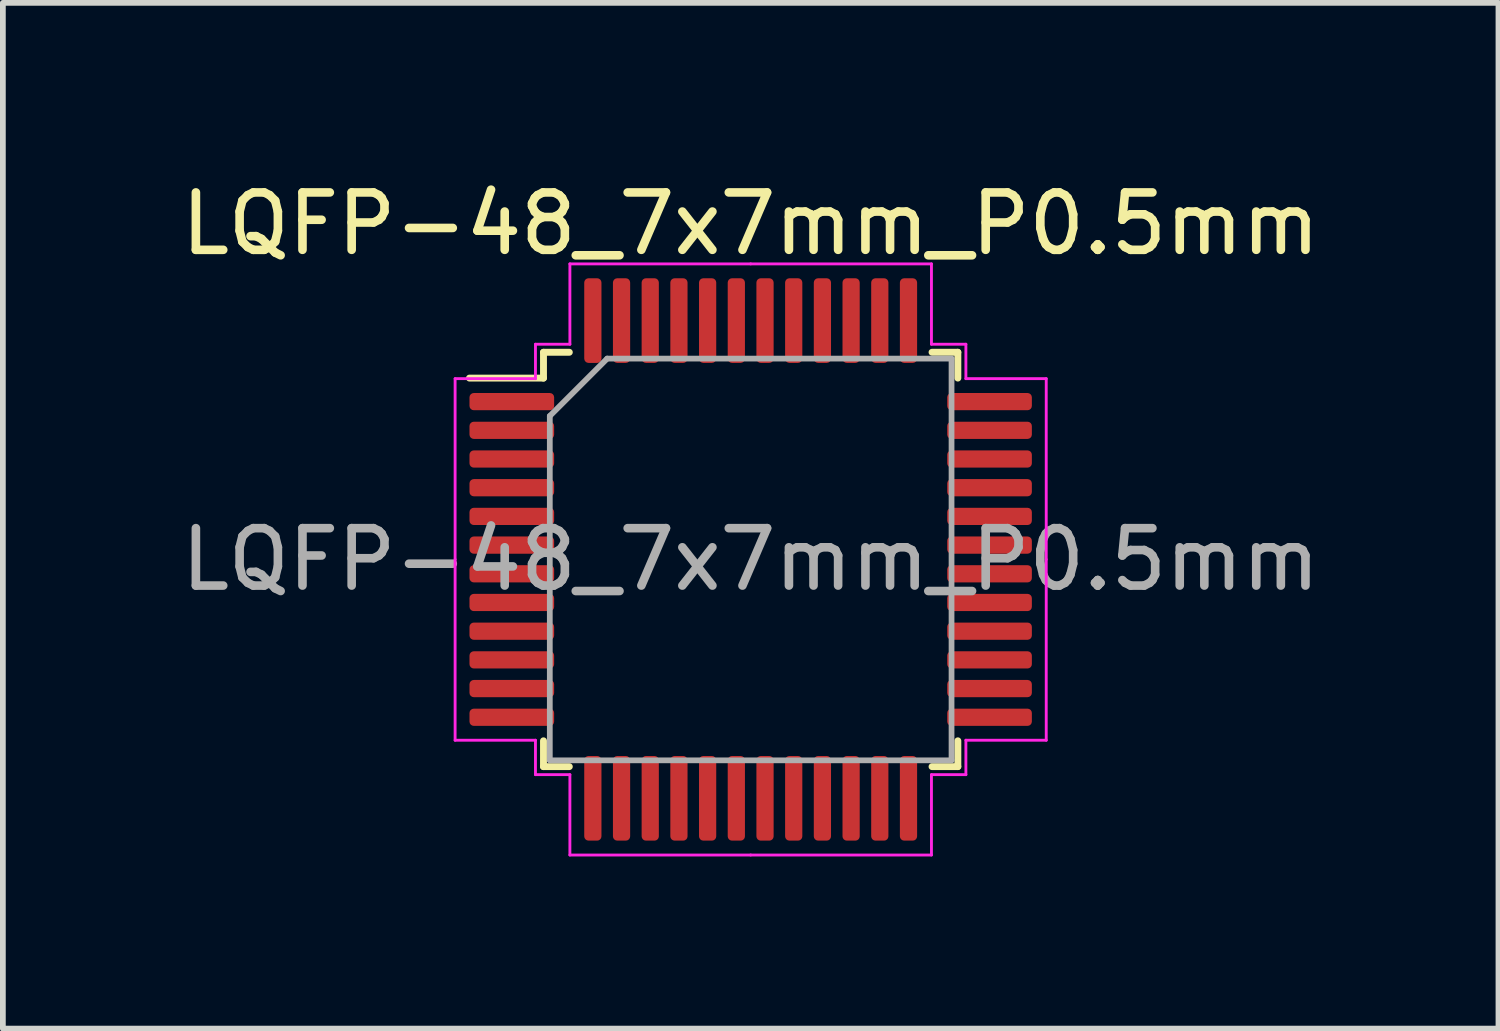
<source format=kicad_pcb>
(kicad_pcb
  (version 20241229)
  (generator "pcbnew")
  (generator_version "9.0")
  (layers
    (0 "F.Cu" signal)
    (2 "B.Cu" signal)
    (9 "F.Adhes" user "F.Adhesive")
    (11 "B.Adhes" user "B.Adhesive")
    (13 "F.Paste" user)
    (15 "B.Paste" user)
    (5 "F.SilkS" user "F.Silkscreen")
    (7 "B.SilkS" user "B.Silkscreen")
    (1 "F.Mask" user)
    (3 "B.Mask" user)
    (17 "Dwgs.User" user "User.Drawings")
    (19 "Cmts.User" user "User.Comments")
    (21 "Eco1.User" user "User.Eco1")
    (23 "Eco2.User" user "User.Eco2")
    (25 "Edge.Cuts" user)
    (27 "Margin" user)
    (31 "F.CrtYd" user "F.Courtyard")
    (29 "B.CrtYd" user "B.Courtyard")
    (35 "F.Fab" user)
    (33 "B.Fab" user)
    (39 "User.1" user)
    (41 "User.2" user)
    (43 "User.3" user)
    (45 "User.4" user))
  (footprint "LQFP-48_7x7mm_P0.5mm"
    (layer "F.Cu")
    (at 10.03 6.698)
    (property "Reference" "LQFP-48_7x7mm_P0.5mm" (at 0 -5.85 180) (layer "F.SilkS") (effects (font (size 1 1) (thickness 0.15))))
    (attr smd)
    (fp_line (start -3.61 -3.61) (end -3.61 -3.16) (stroke (width 0.12) (type solid)) (layer "F.SilkS"))
    (fp_line (start -3.61 -3.16) (end -4.9 -3.16) (stroke (width 0.12) (type solid)) (layer "F.SilkS"))
    (fp_line (start -3.61 3.61) (end -3.61 3.16) (stroke (width 0.12) (type solid)) (layer "F.SilkS"))
    (fp_line (start -3.16 -3.61) (end -3.61 -3.61) (stroke (width 0.12) (type solid)) (layer "F.SilkS"))
    (fp_line (start -3.16 3.61) (end -3.61 3.61) (stroke (width 0.12) (type solid)) (layer "F.SilkS"))
    (fp_line (start 3.16 -3.61) (end 3.61 -3.61) (stroke (width 0.12) (type solid)) (layer "F.SilkS"))
    (fp_line (start 3.16 3.61) (end 3.61 3.61) (stroke (width 0.12) (type solid)) (layer "F.SilkS"))
    (fp_line (start 3.61 -3.61) (end 3.61 -3.16) (stroke (width 0.12) (type solid)) (layer "F.SilkS"))
    (fp_line (start 3.61 3.61) (end 3.61 3.16) (stroke (width 0.12) (type solid)) (layer "F.SilkS"))
    (fp_line (start -5.15 -3.15) (end -5.15 0) (stroke (width 0.05) (type solid)) (layer "F.CrtYd"))
    (fp_line (start -5.15 3.15) (end -5.15 0) (stroke (width 0.05) (type solid)) (layer "F.CrtYd"))
    (fp_line (start -3.75 -3.75) (end -3.75 -3.15) (stroke (width 0.05) (type solid)) (layer "F.CrtYd"))
    (fp_line (start -3.75 -3.15) (end -5.15 -3.15) (stroke (width 0.05) (type solid)) (layer "F.CrtYd"))
    (fp_line (start -3.75 3.15) (end -5.15 3.15) (stroke (width 0.05) (type solid)) (layer "F.CrtYd"))
    (fp_line (start -3.75 3.75) (end -3.75 3.15) (stroke (width 0.05) (type solid)) (layer "F.CrtYd"))
    (fp_line (start -3.15 -5.15) (end -3.15 -3.75) (stroke (width 0.05) (type solid)) (layer "F.CrtYd"))
    (fp_line (start -3.15 -3.75) (end -3.75 -3.75) (stroke (width 0.05) (type solid)) (layer "F.CrtYd"))
    (fp_line (start -3.15 3.75) (end -3.75 3.75) (stroke (width 0.05) (type solid)) (layer "F.CrtYd"))
    (fp_line (start -3.15 5.15) (end -3.15 3.75) (stroke (width 0.05) (type solid)) (layer "F.CrtYd"))
    (fp_line (start 0 -5.15) (end -3.15 -5.15) (stroke (width 0.05) (type solid)) (layer "F.CrtYd"))
    (fp_line (start 0 -5.15) (end 3.15 -5.15) (stroke (width 0.05) (type solid)) (layer "F.CrtYd"))
    (fp_line (start 0 5.15) (end -3.15 5.15) (stroke (width 0.05) (type solid)) (layer "F.CrtYd"))
    (fp_line (start 0 5.15) (end 3.15 5.15) (stroke (width 0.05) (type solid)) (layer "F.CrtYd"))
    (fp_line (start 3.15 -5.15) (end 3.15 -3.75) (stroke (width 0.05) (type solid)) (layer "F.CrtYd"))
    (fp_line (start 3.15 -3.75) (end 3.75 -3.75) (stroke (width 0.05) (type solid)) (layer "F.CrtYd"))
    (fp_line (start 3.15 3.75) (end 3.75 3.75) (stroke (width 0.05) (type solid)) (layer "F.CrtYd"))
    (fp_line (start 3.15 5.15) (end 3.15 3.75) (stroke (width 0.05) (type solid)) (layer "F.CrtYd"))
    (fp_line (start 3.75 -3.75) (end 3.75 -3.15) (stroke (width 0.05) (type solid)) (layer "F.CrtYd"))
    (fp_line (start 3.75 -3.15) (end 5.15 -3.15) (stroke (width 0.05) (type solid)) (layer "F.CrtYd"))
    (fp_line (start 3.75 3.15) (end 5.15 3.15) (stroke (width 0.05) (type solid)) (layer "F.CrtYd"))
    (fp_line (start 3.75 3.75) (end 3.75 3.15) (stroke (width 0.05) (type solid)) (layer "F.CrtYd"))
    (fp_line (start 5.15 -3.15) (end 5.15 0) (stroke (width 0.05) (type solid)) (layer "F.CrtYd"))
    (fp_line (start 5.15 3.15) (end 5.15 0) (stroke (width 0.05) (type solid)) (layer "F.CrtYd"))
    (fp_line (start -3.5 -2.5) (end -2.5 -3.5) (stroke (width 0.1) (type solid)) (layer "F.Fab"))
    (fp_line (start -3.5 3.5) (end -3.5 -2.5) (stroke (width 0.1) (type solid)) (layer "F.Fab"))
    (fp_line (start -2.5 -3.5) (end 3.5 -3.5) (stroke (width 0.1) (type solid)) (layer "F.Fab"))
    (fp_line (start 3.5 -3.5) (end 3.5 3.5) (stroke (width 0.1) (type solid)) (layer "F.Fab"))
    (fp_line (start 3.5 3.5) (end -3.5 3.5) (stroke (width 0.1) (type solid)) (layer "F.Fab"))
    (fp_text user "${REFERENCE}" (at 0 0 180) (layer "F.Fab") (effects (font (size 1 1) (thickness 0.15))))
    (pad "1" smd roundrect (at -4.162 -2.75) (size 1.475 0.3) (layers "F.Cu" "F.Mask" "F.Paste") (roundrect_rratio 0.25))
    (pad "2" smd roundrect (at -4.162 -2.25) (size 1.475 0.3) (layers "F.Cu" "F.Mask" "F.Paste") (roundrect_rratio 0.25))
    (pad "3" smd roundrect (at -4.162 -1.75) (size 1.475 0.3) (layers "F.Cu" "F.Mask" "F.Paste") (roundrect_rratio 0.25))
    (pad "4" smd roundrect (at -4.162 -1.25) (size 1.475 0.3) (layers "F.Cu" "F.Mask" "F.Paste") (roundrect_rratio 0.25))
    (pad "5" smd roundrect (at -4.162 -0.75) (size 1.475 0.3) (layers "F.Cu" "F.Mask" "F.Paste") (roundrect_rratio 0.25))
    (pad "6" smd roundrect (at -4.162 -0.25) (size 1.475 0.3) (layers "F.Cu" "F.Mask" "F.Paste") (roundrect_rratio 0.25))
    (pad "7" smd roundrect (at -4.162 0.25) (size 1.475 0.3) (layers "F.Cu" "F.Mask" "F.Paste") (roundrect_rratio 0.25))
    (pad "8" smd roundrect (at -4.162 0.75) (size 1.475 0.3) (layers "F.Cu" "F.Mask" "F.Paste") (roundrect_rratio 0.25))
    (pad "9" smd roundrect (at -4.162 1.25) (size 1.475 0.3) (layers "F.Cu" "F.Mask" "F.Paste") (roundrect_rratio 0.25))
    (pad "10" smd roundrect (at -4.162 1.75) (size 1.475 0.3) (layers "F.Cu" "F.Mask" "F.Paste") (roundrect_rratio 0.25))
    (pad "11" smd roundrect (at -4.162 2.25) (size 1.475 0.3) (layers "F.Cu" "F.Mask" "F.Paste") (roundrect_rratio 0.25))
    (pad "12" smd roundrect (at -4.162 2.75) (size 1.475 0.3) (layers "F.Cu" "F.Mask" "F.Paste") (roundrect_rratio 0.25))
    (pad "13" smd roundrect (at -2.75 4.162) (size 0.3 1.475) (layers "F.Cu" "F.Mask" "F.Paste") (roundrect_rratio 0.25))
    (pad "14" smd roundrect (at -2.25 4.162) (size 0.3 1.475) (layers "F.Cu" "F.Mask" "F.Paste") (roundrect_rratio 0.25))
    (pad "15" smd roundrect (at -1.75 4.162) (size 0.3 1.475) (layers "F.Cu" "F.Mask" "F.Paste") (roundrect_rratio 0.25))
    (pad "16" smd roundrect (at -1.25 4.162) (size 0.3 1.475) (layers "F.Cu" "F.Mask" "F.Paste") (roundrect_rratio 0.25))
    (pad "17" smd roundrect (at -0.75 4.162) (size 0.3 1.475) (layers "F.Cu" "F.Mask" "F.Paste") (roundrect_rratio 0.25))
    (pad "18" smd roundrect (at -0.25 4.162) (size 0.3 1.475) (layers "F.Cu" "F.Mask" "F.Paste") (roundrect_rratio 0.25))
    (pad "19" smd roundrect (at 0.25 4.162) (size 0.3 1.475) (layers "F.Cu" "F.Mask" "F.Paste") (roundrect_rratio 0.25))
    (pad "20" smd roundrect (at 0.75 4.162) (size 0.3 1.475) (layers "F.Cu" "F.Mask" "F.Paste") (roundrect_rratio 0.25))
    (pad "21" smd roundrect (at 1.25 4.162) (size 0.3 1.475) (layers "F.Cu" "F.Mask" "F.Paste") (roundrect_rratio 0.25))
    (pad "22" smd roundrect (at 1.75 4.162) (size 0.3 1.475) (layers "F.Cu" "F.Mask" "F.Paste") (roundrect_rratio 0.25))
    (pad "23" smd roundrect (at 2.25 4.162) (size 0.3 1.475) (layers "F.Cu" "F.Mask" "F.Paste") (roundrect_rratio 0.25))
    (pad "24" smd roundrect (at 2.75 4.162) (size 0.3 1.475) (layers "F.Cu" "F.Mask" "F.Paste") (roundrect_rratio 0.25))
    (pad "25" smd roundrect (at 4.162 2.75) (size 1.475 0.3) (layers "F.Cu" "F.Mask" "F.Paste") (roundrect_rratio 0.25))
    (pad "26" smd roundrect (at 4.162 2.25) (size 1.475 0.3) (layers "F.Cu" "F.Mask" "F.Paste") (roundrect_rratio 0.25))
    (pad "27" smd roundrect (at 4.162 1.75) (size 1.475 0.3) (layers "F.Cu" "F.Mask" "F.Paste") (roundrect_rratio 0.25))
    (pad "28" smd roundrect (at 4.162 1.25) (size 1.475 0.3) (layers "F.Cu" "F.Mask" "F.Paste") (roundrect_rratio 0.25))
    (pad "29" smd roundrect (at 4.162 0.75) (size 1.475 0.3) (layers "F.Cu" "F.Mask" "F.Paste") (roundrect_rratio 0.25))
    (pad "30" smd roundrect (at 4.162 0.25) (size 1.475 0.3) (layers "F.Cu" "F.Mask" "F.Paste") (roundrect_rratio 0.25))
    (pad "31" smd roundrect (at 4.162 -0.25) (size 1.475 0.3) (layers "F.Cu" "F.Mask" "F.Paste") (roundrect_rratio 0.25))
    (pad "32" smd roundrect (at 4.162 -0.75) (size 1.475 0.3) (layers "F.Cu" "F.Mask" "F.Paste") (roundrect_rratio 0.25))
    (pad "33" smd roundrect (at 4.162 -1.25) (size 1.475 0.3) (layers "F.Cu" "F.Mask" "F.Paste") (roundrect_rratio 0.25))
    (pad "34" smd roundrect (at 4.162 -1.75) (size 1.475 0.3) (layers "F.Cu" "F.Mask" "F.Paste") (roundrect_rratio 0.25))
    (pad "35" smd roundrect (at 4.162 -2.25) (size 1.475 0.3) (layers "F.Cu" "F.Mask" "F.Paste") (roundrect_rratio 0.25))
    (pad "36" smd roundrect (at 4.162 -2.75) (size 1.475 0.3) (layers "F.Cu" "F.Mask" "F.Paste") (roundrect_rratio 0.25))
    (pad "37" smd roundrect (at 2.75 -4.162) (size 0.3 1.475) (layers "F.Cu" "F.Mask" "F.Paste") (roundrect_rratio 0.25))
    (pad "38" smd roundrect (at 2.25 -4.162) (size 0.3 1.475) (layers "F.Cu" "F.Mask" "F.Paste") (roundrect_rratio 0.25))
    (pad "39" smd roundrect (at 1.75 -4.162) (size 0.3 1.475) (layers "F.Cu" "F.Mask" "F.Paste") (roundrect_rratio 0.25))
    (pad "40" smd roundrect (at 1.25 -4.162) (size 0.3 1.475) (layers "F.Cu" "F.Mask" "F.Paste") (roundrect_rratio 0.25))
    (pad "41" smd roundrect (at 0.75 -4.162) (size 0.3 1.475) (layers "F.Cu" "F.Mask" "F.Paste") (roundrect_rratio 0.25))
    (pad "42" smd roundrect (at 0.25 -4.162) (size 0.3 1.475) (layers "F.Cu" "F.Mask" "F.Paste") (roundrect_rratio 0.25))
    (pad "43" smd roundrect (at -0.25 -4.162) (size 0.3 1.475) (layers "F.Cu" "F.Mask" "F.Paste") (roundrect_rratio 0.25))
    (pad "44" smd roundrect (at -0.75 -4.162) (size 0.3 1.475) (layers "F.Cu" "F.Mask" "F.Paste") (roundrect_rratio 0.25))
    (pad "45" smd roundrect (at -1.25 -4.162) (size 0.3 1.475) (layers "F.Cu" "F.Mask" "F.Paste") (roundrect_rratio 0.25))
    (pad "46" smd roundrect (at -1.75 -4.162) (size 0.3 1.475) (layers "F.Cu" "F.Mask" "F.Paste") (roundrect_rratio 0.25))
    (pad "47" smd roundrect (at -2.25 -4.162) (size 0.3 1.475) (layers "F.Cu" "F.Mask" "F.Paste") (roundrect_rratio 0.25))
    (pad "48" smd roundrect (at -2.75 -4.162) (size 0.3 1.475) (layers "F.Cu" "F.Mask" "F.Paste") (roundrect_rratio 0.25)))
  (gr_rect
    (start -3 -3)
    (end 23.06 14.873)
    (stroke (width 0.1) (type default))
    (fill no)
    (layer "Edge.Cuts")))
</source>
